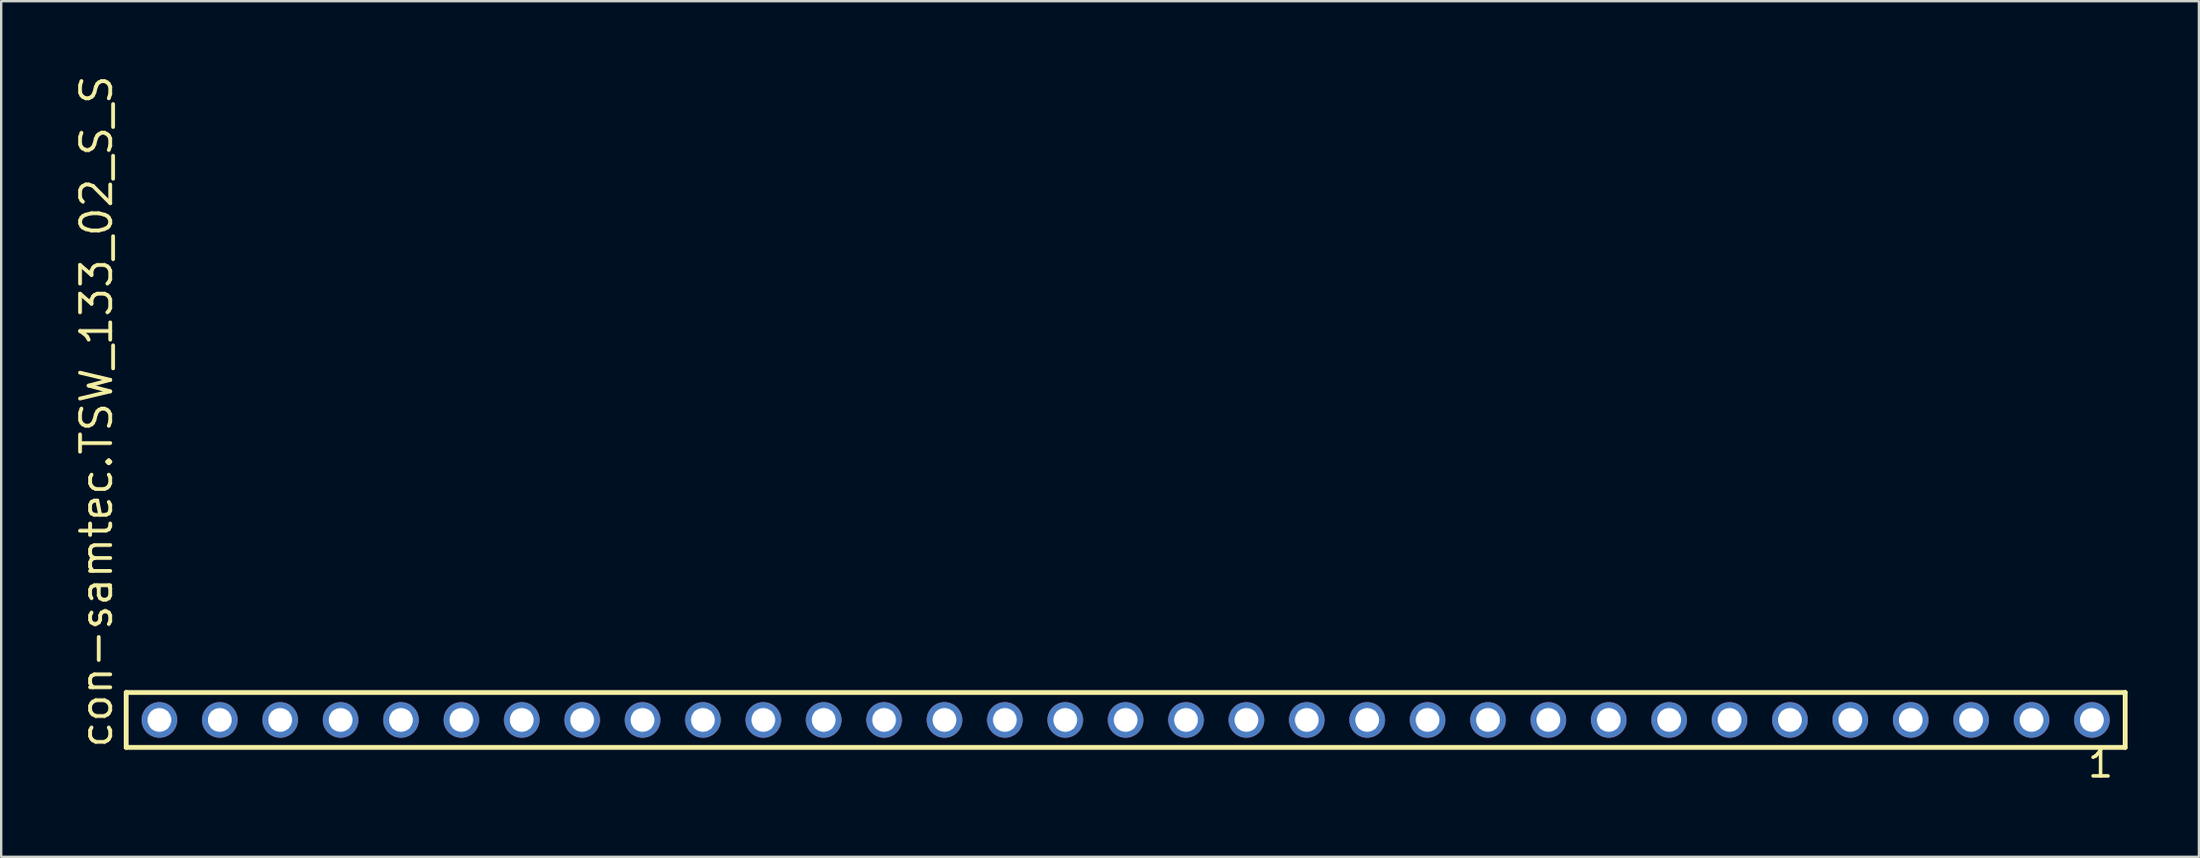
<source format=kicad_pcb>
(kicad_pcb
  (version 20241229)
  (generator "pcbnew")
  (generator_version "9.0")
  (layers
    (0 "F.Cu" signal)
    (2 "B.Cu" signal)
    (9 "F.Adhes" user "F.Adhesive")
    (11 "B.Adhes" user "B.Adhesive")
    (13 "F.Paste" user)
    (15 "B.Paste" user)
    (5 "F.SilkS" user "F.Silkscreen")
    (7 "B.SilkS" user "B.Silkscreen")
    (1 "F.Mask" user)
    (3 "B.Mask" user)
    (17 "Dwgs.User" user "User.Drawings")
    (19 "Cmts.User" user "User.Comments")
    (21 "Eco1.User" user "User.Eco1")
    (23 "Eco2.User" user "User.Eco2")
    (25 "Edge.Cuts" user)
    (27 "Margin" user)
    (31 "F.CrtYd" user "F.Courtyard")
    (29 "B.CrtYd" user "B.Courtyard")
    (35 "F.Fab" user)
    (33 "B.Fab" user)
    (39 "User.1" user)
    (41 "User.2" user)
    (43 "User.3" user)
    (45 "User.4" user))
  (footprint "con-samtec.TSW_133_02_S_S"
    (layer "F.Cu")
    (at 44.295 27.259)
    (property "Reference" "con-samtec.TSW_133_02_S_S" (at -42.545 1.27 90) (layer "F.SilkS") (effects (font (size 1.27 1.27) (thickness 0.16)) (justify left bottom)))
    (attr through_hole)
    (fp_line (start -42.039 -1.155) (end 42.039 -1.155) (stroke (width 0.203) (type default)) (layer "F.SilkS"))
    (fp_line (start -42.039 1.155) (end -42.039 -1.155) (stroke (width 0.203) (type default)) (layer "F.SilkS"))
    (fp_line (start 42.039 -1.155) (end 42.039 1.155) (stroke (width 0.203) (type default)) (layer "F.SilkS"))
    (fp_line (start 42.039 1.155) (end -42.039 1.155) (stroke (width 0.203) (type default)) (layer "F.SilkS"))
    (fp_rect (start -40.99 0.35) (end -40.29 -0.35) (stroke (width 0.05) (type default)) (fill no) (layer "F.Fab"))
    (fp_rect (start -38.45 0.35) (end -37.75 -0.35) (stroke (width 0.05) (type default)) (fill no) (layer "F.Fab"))
    (fp_rect (start -35.91 0.35) (end -35.21 -0.35) (stroke (width 0.05) (type default)) (fill no) (layer "F.Fab"))
    (fp_rect (start -33.37 0.35) (end -32.67 -0.35) (stroke (width 0.05) (type default)) (fill no) (layer "F.Fab"))
    (fp_rect (start -30.83 0.35) (end -30.13 -0.35) (stroke (width 0.05) (type default)) (fill no) (layer "F.Fab"))
    (fp_rect (start -28.29 0.35) (end -27.59 -0.35) (stroke (width 0.05) (type default)) (fill no) (layer "F.Fab"))
    (fp_rect (start -25.75 0.35) (end -25.05 -0.35) (stroke (width 0.05) (type default)) (fill no) (layer "F.Fab"))
    (fp_rect (start -23.21 0.35) (end -22.51 -0.35) (stroke (width 0.05) (type default)) (fill no) (layer "F.Fab"))
    (fp_rect (start -20.67 0.35) (end -19.97 -0.35) (stroke (width 0.05) (type default)) (fill no) (layer "F.Fab"))
    (fp_rect (start -18.13 0.35) (end -17.43 -0.35) (stroke (width 0.05) (type default)) (fill no) (layer "F.Fab"))
    (fp_rect (start -15.59 0.35) (end -14.89 -0.35) (stroke (width 0.05) (type default)) (fill no) (layer "F.Fab"))
    (fp_rect (start -13.05 0.35) (end -12.35 -0.35) (stroke (width 0.05) (type default)) (fill no) (layer "F.Fab"))
    (fp_rect (start -10.51 0.35) (end -9.81 -0.35) (stroke (width 0.05) (type default)) (fill no) (layer "F.Fab"))
    (fp_rect (start -7.97 0.35) (end -7.27 -0.35) (stroke (width 0.05) (type default)) (fill no) (layer "F.Fab"))
    (fp_rect (start -5.43 0.35) (end -4.73 -0.35) (stroke (width 0.05) (type default)) (fill no) (layer "F.Fab"))
    (fp_rect (start -2.89 0.35) (end -2.19 -0.35) (stroke (width 0.05) (type default)) (fill no) (layer "F.Fab"))
    (fp_rect (start -0.35 0.35) (end 0.35 -0.35) (stroke (width 0.05) (type default)) (fill no) (layer "F.Fab"))
    (fp_rect (start 2.19 0.35) (end 2.89 -0.35) (stroke (width 0.05) (type default)) (fill no) (layer "F.Fab"))
    (fp_rect (start 4.73 0.35) (end 5.43 -0.35) (stroke (width 0.05) (type default)) (fill no) (layer "F.Fab"))
    (fp_rect (start 7.27 0.35) (end 7.97 -0.35) (stroke (width 0.05) (type default)) (fill no) (layer "F.Fab"))
    (fp_rect (start 9.81 0.35) (end 10.51 -0.35) (stroke (width 0.05) (type default)) (fill no) (layer "F.Fab"))
    (fp_rect (start 12.35 0.35) (end 13.05 -0.35) (stroke (width 0.05) (type default)) (fill no) (layer "F.Fab"))
    (fp_rect (start 14.89 0.35) (end 15.59 -0.35) (stroke (width 0.05) (type default)) (fill no) (layer "F.Fab"))
    (fp_rect (start 17.43 0.35) (end 18.13 -0.35) (stroke (width 0.05) (type default)) (fill no) (layer "F.Fab"))
    (fp_rect (start 19.97 0.35) (end 20.67 -0.35) (stroke (width 0.05) (type default)) (fill no) (layer "F.Fab"))
    (fp_rect (start 22.51 0.35) (end 23.21 -0.35) (stroke (width 0.05) (type default)) (fill no) (layer "F.Fab"))
    (fp_rect (start 25.05 0.35) (end 25.75 -0.35) (stroke (width 0.05) (type default)) (fill no) (layer "F.Fab"))
    (fp_rect (start 27.59 0.35) (end 28.29 -0.35) (stroke (width 0.05) (type default)) (fill no) (layer "F.Fab"))
    (fp_rect (start 30.13 0.35) (end 30.83 -0.35) (stroke (width 0.05) (type default)) (fill no) (layer "F.Fab"))
    (fp_rect (start 32.67 0.35) (end 33.37 -0.35) (stroke (width 0.05) (type default)) (fill no) (layer "F.Fab"))
    (fp_rect (start 35.21 0.35) (end 35.91 -0.35) (stroke (width 0.05) (type default)) (fill no) (layer "F.Fab"))
    (fp_rect (start 37.75 0.35) (end 38.45 -0.35) (stroke (width 0.05) (type default)) (fill no) (layer "F.Fab"))
    (fp_rect (start 40.29 0.35) (end 40.99 -0.35) (stroke (width 0.05) (type default)) (fill no) (layer "F.Fab"))
    (fp_text user "1" (at 40.382 2.498 0) (layer "F.SilkS") (effects (font (size 1.1 1.1) (thickness 0.15)) (justify left bottom)))
    (pad "1" thru_hole circle (at 40.64 0 180) (size 1.5 1.5) (drill 1) (layers "*.Cu" "*.Mask"))
    (pad "2" thru_hole circle (at 38.1 0 180) (size 1.5 1.5) (drill 1) (layers "*.Cu" "*.Mask"))
    (pad "3" thru_hole circle (at 35.56 0 180) (size 1.5 1.5) (drill 1) (layers "*.Cu" "*.Mask"))
    (pad "4" thru_hole circle (at 33.02 0 180) (size 1.5 1.5) (drill 1) (layers "*.Cu" "*.Mask"))
    (pad "5" thru_hole circle (at 30.48 0 180) (size 1.5 1.5) (drill 1) (layers "*.Cu" "*.Mask"))
    (pad "6" thru_hole circle (at 27.94 0 180) (size 1.5 1.5) (drill 1) (layers "*.Cu" "*.Mask"))
    (pad "7" thru_hole circle (at 25.4 0 180) (size 1.5 1.5) (drill 1) (layers "*.Cu" "*.Mask"))
    (pad "8" thru_hole circle (at 22.86 0 180) (size 1.5 1.5) (drill 1) (layers "*.Cu" "*.Mask"))
    (pad "9" thru_hole circle (at 20.32 0 180) (size 1.5 1.5) (drill 1) (layers "*.Cu" "*.Mask"))
    (pad "10" thru_hole circle (at 17.78 0 180) (size 1.5 1.5) (drill 1) (layers "*.Cu" "*.Mask"))
    (pad "11" thru_hole circle (at 15.24 0 180) (size 1.5 1.5) (drill 1) (layers "*.Cu" "*.Mask"))
    (pad "12" thru_hole circle (at 12.7 0 180) (size 1.5 1.5) (drill 1) (layers "*.Cu" "*.Mask"))
    (pad "13" thru_hole circle (at 10.16 0 180) (size 1.5 1.5) (drill 1) (layers "*.Cu" "*.Mask"))
    (pad "14" thru_hole circle (at 7.62 0 180) (size 1.5 1.5) (drill 1) (layers "*.Cu" "*.Mask"))
    (pad "15" thru_hole circle (at 5.08 0 180) (size 1.5 1.5) (drill 1) (layers "*.Cu" "*.Mask"))
    (pad "16" thru_hole circle (at 2.54 0 180) (size 1.5 1.5) (drill 1) (layers "*.Cu" "*.Mask"))
    (pad "17" thru_hole circle (at 0 0 180) (size 1.5 1.5) (drill 1) (layers "*.Cu" "*.Mask"))
    (pad "18" thru_hole circle (at -2.54 0 180) (size 1.5 1.5) (drill 1) (layers "*.Cu" "*.Mask"))
    (pad "19" thru_hole circle (at -5.08 0 180) (size 1.5 1.5) (drill 1) (layers "*.Cu" "*.Mask"))
    (pad "20" thru_hole circle (at -7.62 0 180) (size 1.5 1.5) (drill 1) (layers "*.Cu" "*.Mask"))
    (pad "21" thru_hole circle (at -10.16 0 180) (size 1.5 1.5) (drill 1) (layers "*.Cu" "*.Mask"))
    (pad "22" thru_hole circle (at -12.7 0 180) (size 1.5 1.5) (drill 1) (layers "*.Cu" "*.Mask"))
    (pad "23" thru_hole circle (at -15.24 0 180) (size 1.5 1.5) (drill 1) (layers "*.Cu" "*.Mask"))
    (pad "24" thru_hole circle (at -17.78 0 180) (size 1.5 1.5) (drill 1) (layers "*.Cu" "*.Mask"))
    (pad "25" thru_hole circle (at -20.32 0 180) (size 1.5 1.5) (drill 1) (layers "*.Cu" "*.Mask"))
    (pad "26" thru_hole circle (at -22.86 0 180) (size 1.5 1.5) (drill 1) (layers "*.Cu" "*.Mask"))
    (pad "27" thru_hole circle (at -25.4 0 180) (size 1.5 1.5) (drill 1) (layers "*.Cu" "*.Mask"))
    (pad "28" thru_hole circle (at -27.94 0 180) (size 1.5 1.5) (drill 1) (layers "*.Cu" "*.Mask"))
    (pad "29" thru_hole circle (at -30.48 0 180) (size 1.5 1.5) (drill 1) (layers "*.Cu" "*.Mask"))
    (pad "30" thru_hole circle (at -33.02 0 180) (size 1.5 1.5) (drill 1) (layers "*.Cu" "*.Mask"))
    (pad "31" thru_hole circle (at -35.56 0 180) (size 1.5 1.5) (drill 1) (layers "*.Cu" "*.Mask"))
    (pad "32" thru_hole circle (at -38.1 0 180) (size 1.5 1.5) (drill 1) (layers "*.Cu" "*.Mask"))
    (pad "33" thru_hole circle (at -40.64 0 180) (size 1.5 1.5) (drill 1) (layers "*.Cu" "*.Mask")))
  (gr_rect
    (start -3 -3)
    (end 89.436 33.02)
    (stroke (width 0.1) (type default))
    (fill no)
    (layer "Edge.Cuts")))
</source>
